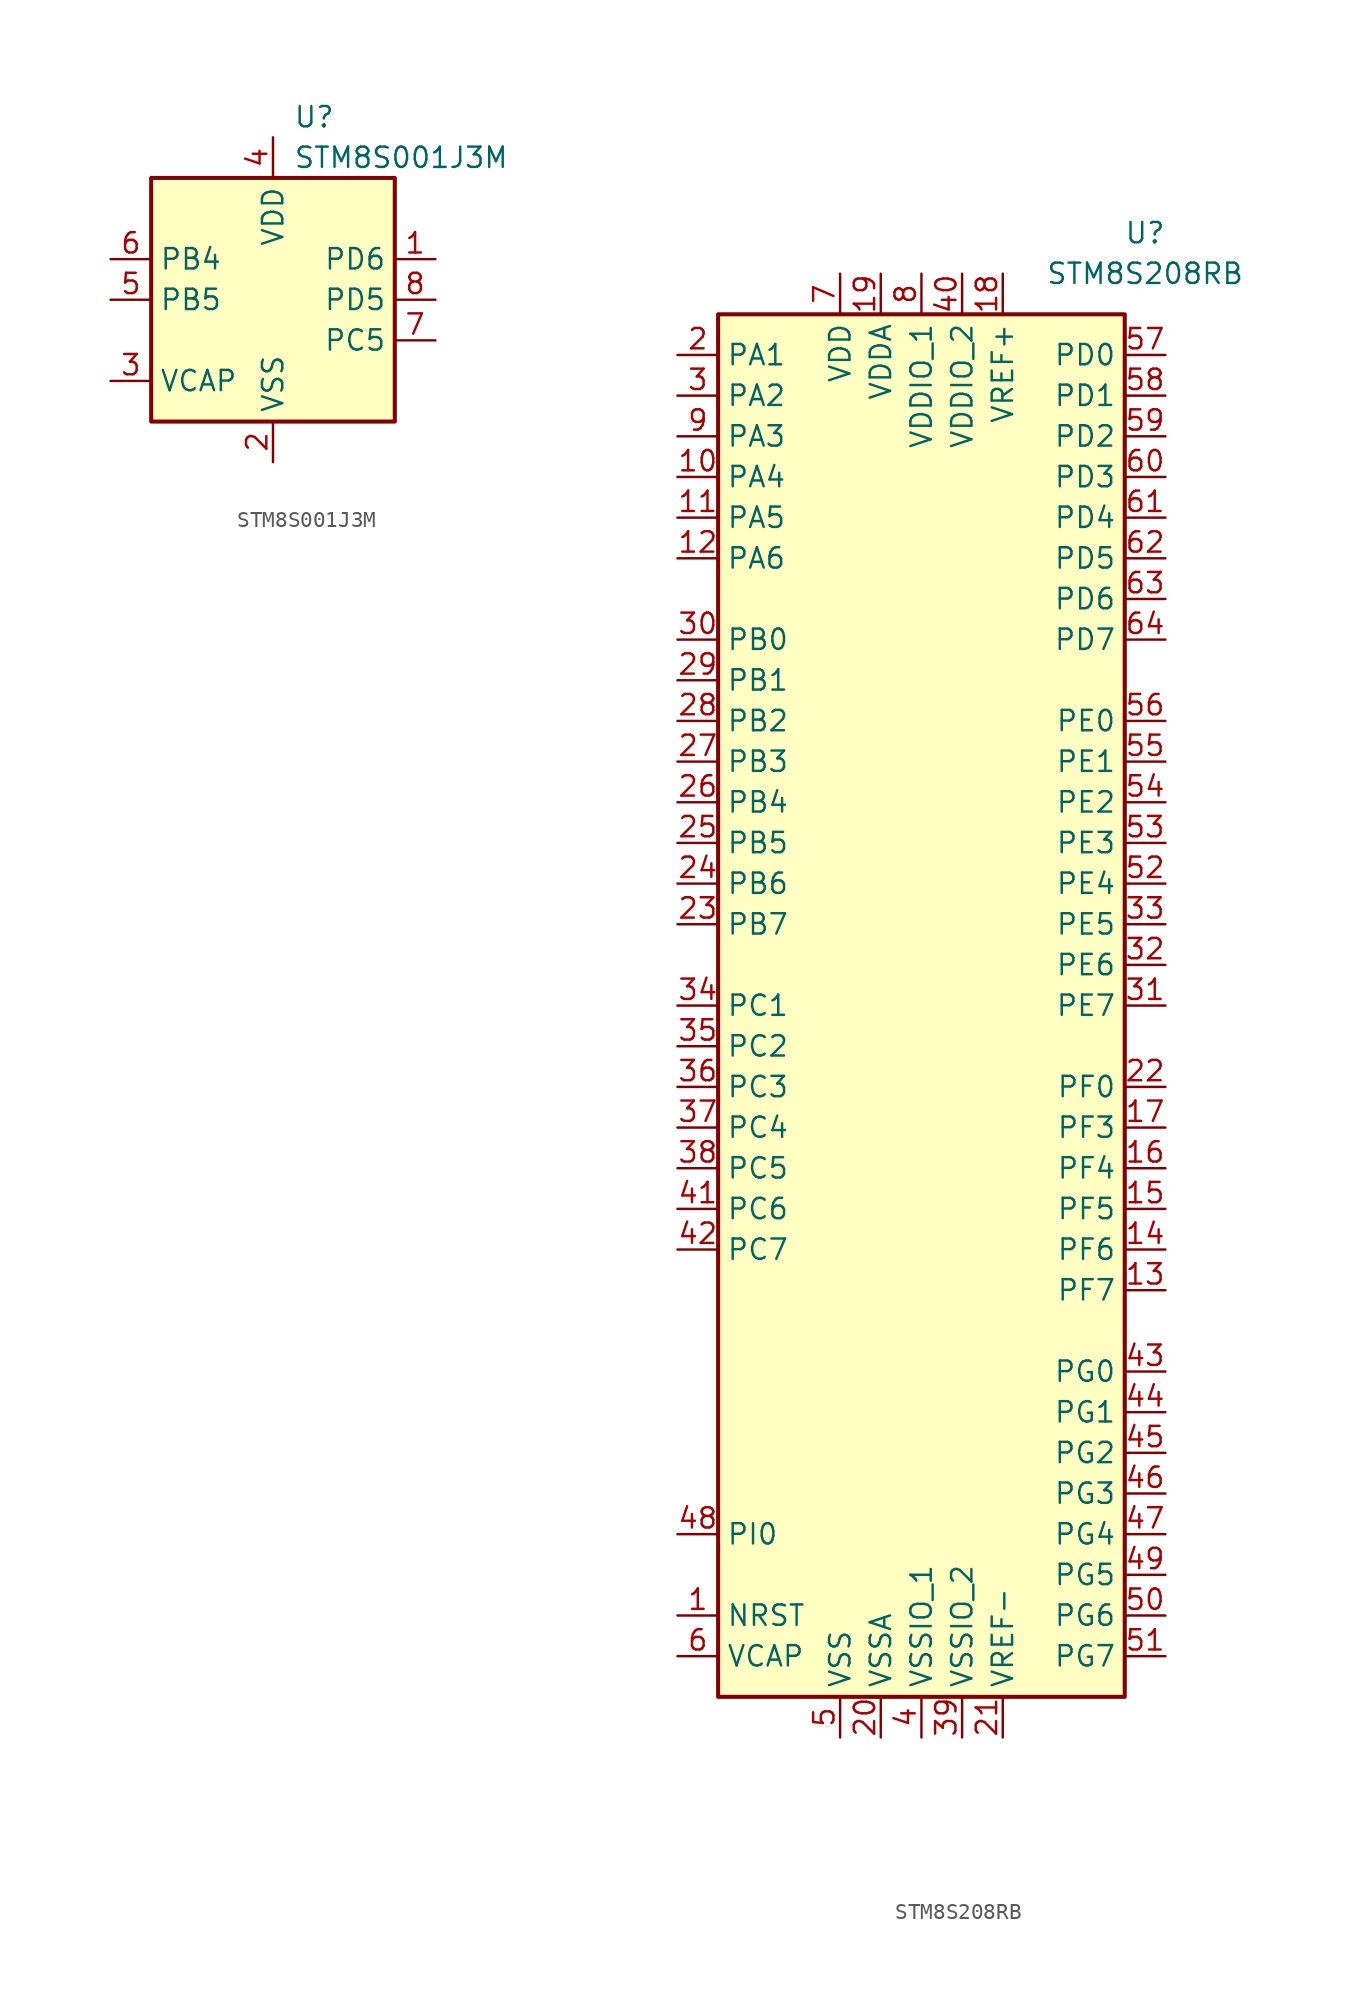
<source format=kicad_sym>
(kicad_symbol_lib
  (version 20201005)
  (generator kicad_symbol_editor)
  (symbol "MCU_ST_STM8:STM8S001J3M"
    (property "Reference" "U"
      (at 1.27 11.43 0)
      (effects (font (size 1.27 1.27)) (justify left)))
    (property "Value" "STM8S001J3M"
      (at 1.27 8.89 0)
      (effects (font (size 1.27 1.27)) (justify left)))
    (symbol "STM8S001J3M_0_1"
      (rectangle (start -7.62 7.62) (end 7.62 -7.62) (stroke (width 0.254)) (fill (type background))))
    (symbol "STM8S001J3M_1_1"
      (pin bidirectional line (at 10.16 2.54 180) (length 2.54) (name "PD6" (effects (font (size 1.27 1.27)))) (number "1" (effects (font (size 1.27 1.27)))))
      (pin power_in line (at 0 -10.16 90) (length 2.54) (name "VSS" (effects (font (size 1.27 1.27)))) (number "2" (effects (font (size 1.27 1.27)))))
      (pin passive line (at -10.16 -5.08 0) (length 2.54) (name "VCAP" (effects (font (size 1.27 1.27)))) (number "3" (effects (font (size 1.27 1.27)))))
      (pin power_in line (at 0 10.16 270) (length 2.54) (name "VDD" (effects (font (size 1.27 1.27)))) (number "4" (effects (font (size 1.27 1.27)))))
      (pin bidirectional line (at -10.16 0 0) (length 2.54) (name "PB5" (effects (font (size 1.27 1.27)))) (number "5" (effects (font (size 1.27 1.27)))))
      (pin bidirectional line (at -10.16 2.54 0) (length 2.54) (name "PB4" (effects (font (size 1.27 1.27)))) (number "6" (effects (font (size 1.27 1.27)))))
      (pin bidirectional line (at 10.16 -2.54 180) (length 2.54) (name "PC5" (effects (font (size 1.27 1.27)))) (number "7" (effects (font (size 1.27 1.27)))))
      (pin bidirectional line (at 10.16 0 180) (length 2.54) (name "PD5" (effects (font (size 1.27 1.27)))) (number "8" (effects (font (size 1.27 1.27)))))))
  (symbol "MCU_ST_STM8:STM8S208RB"
    (property "Reference" "U"
      (at 13.97 48.26 0)
      (effects (font (size 1.27 1.27))))
    (property "Value" "STM8S208RB"
      (at 13.97 45.72 0)
      (effects (font (size 1.27 1.27))))
    (symbol "STM8S208RB_0_1"
      (rectangle (start 12.7 43.18) (end -12.7 -43.18) (stroke (width 0.254)) (fill (type background))))
    (symbol "STM8S208RB_1_1"
      (pin input line (at -15.24 -38.1 0) (length 2.54) (name "NRST" (effects (font (size 1.27 1.27)))) (number "1" (effects (font (size 1.27 1.27)))))
      (pin bidirectional line (at -15.24 33.02 0) (length 2.54) (name "PA4" (effects (font (size 1.27 1.27)))) (number "10" (effects (font (size 1.27 1.27)))))
      (pin bidirectional line (at -15.24 30.48 0) (length 2.54) (name "PA5" (effects (font (size 1.27 1.27)))) (number "11" (effects (font (size 1.27 1.27)))))
      (pin bidirectional line (at -15.24 27.94 0) (length 2.54) (name "PA6" (effects (font (size 1.27 1.27)))) (number "12" (effects (font (size 1.27 1.27)))))
      (pin bidirectional line (at 15.24 -17.78 180) (length 2.54) (name "PF7" (effects (font (size 1.27 1.27)))) (number "13" (effects (font (size 1.27 1.27)))))
      (pin bidirectional line (at 15.24 -15.24 180) (length 2.54) (name "PF6" (effects (font (size 1.27 1.27)))) (number "14" (effects (font (size 1.27 1.27)))))
      (pin bidirectional line (at 15.24 -12.7 180) (length 2.54) (name "PF5" (effects (font (size 1.27 1.27)))) (number "15" (effects (font (size 1.27 1.27)))))
      (pin bidirectional line (at 15.24 -10.16 180) (length 2.54) (name "PF4" (effects (font (size 1.27 1.27)))) (number "16" (effects (font (size 1.27 1.27)))))
      (pin bidirectional line (at 15.24 -7.62 180) (length 2.54) (name "PF3" (effects (font (size 1.27 1.27)))) (number "17" (effects (font (size 1.27 1.27)))))
      (pin power_in line (at 5.08 45.72 270) (length 2.54) (name "VREF+" (effects (font (size 1.27 1.27)))) (number "18" (effects (font (size 1.27 1.27)))))
      (pin power_in line (at -2.54 45.72 270) (length 2.54) (name "VDDA" (effects (font (size 1.27 1.27)))) (number "19" (effects (font (size 1.27 1.27)))))
      (pin bidirectional line (at -15.24 40.64 0) (length 2.54) (name "PA1" (effects (font (size 1.27 1.27)))) (number "2" (effects (font (size 1.27 1.27)))))
      (pin power_in line (at -2.54 -45.72 90) (length 2.54) (name "VSSA" (effects (font (size 1.27 1.27)))) (number "20" (effects (font (size 1.27 1.27)))))
      (pin power_in line (at 5.08 -45.72 90) (length 2.54) (name "VREF-" (effects (font (size 1.27 1.27)))) (number "21" (effects (font (size 1.27 1.27)))))
      (pin bidirectional line (at 15.24 -5.08 180) (length 2.54) (name "PF0" (effects (font (size 1.27 1.27)))) (number "22" (effects (font (size 1.27 1.27)))))
      (pin bidirectional line (at -15.24 5.08 0) (length 2.54) (name "PB7" (effects (font (size 1.27 1.27)))) (number "23" (effects (font (size 1.27 1.27)))))
      (pin bidirectional line (at -15.24 7.62 0) (length 2.54) (name "PB6" (effects (font (size 1.27 1.27)))) (number "24" (effects (font (size 1.27 1.27)))))
      (pin bidirectional line (at -15.24 10.16 0) (length 2.54) (name "PB5" (effects (font (size 1.27 1.27)))) (number "25" (effects (font (size 1.27 1.27)))))
      (pin bidirectional line (at -15.24 12.7 0) (length 2.54) (name "PB4" (effects (font (size 1.27 1.27)))) (number "26" (effects (font (size 1.27 1.27)))))
      (pin bidirectional line (at -15.24 15.24 0) (length 2.54) (name "PB3" (effects (font (size 1.27 1.27)))) (number "27" (effects (font (size 1.27 1.27)))))
      (pin bidirectional line (at -15.24 17.78 0) (length 2.54) (name "PB2" (effects (font (size 1.27 1.27)))) (number "28" (effects (font (size 1.27 1.27)))))
      (pin bidirectional line (at -15.24 20.32 0) (length 2.54) (name "PB1" (effects (font (size 1.27 1.27)))) (number "29" (effects (font (size 1.27 1.27)))))
      (pin bidirectional line (at -15.24 38.1 0) (length 2.54) (name "PA2" (effects (font (size 1.27 1.27)))) (number "3" (effects (font (size 1.27 1.27)))))
      (pin bidirectional line (at -15.24 22.86 0) (length 2.54) (name "PB0" (effects (font (size 1.27 1.27)))) (number "30" (effects (font (size 1.27 1.27)))))
      (pin bidirectional line (at 15.24 0 180) (length 2.54) (name "PE7" (effects (font (size 1.27 1.27)))) (number "31" (effects (font (size 1.27 1.27)))))
      (pin bidirectional line (at 15.24 2.54 180) (length 2.54) (name "PE6" (effects (font (size 1.27 1.27)))) (number "32" (effects (font (size 1.27 1.27)))))
      (pin bidirectional line (at 15.24 5.08 180) (length 2.54) (name "PE5" (effects (font (size 1.27 1.27)))) (number "33" (effects (font (size 1.27 1.27)))))
      (pin bidirectional line (at -15.24 0 0) (length 2.54) (name "PC1" (effects (font (size 1.27 1.27)))) (number "34" (effects (font (size 1.27 1.27)))))
      (pin bidirectional line (at -15.24 -2.54 0) (length 2.54) (name "PC2" (effects (font (size 1.27 1.27)))) (number "35" (effects (font (size 1.27 1.27)))))
      (pin bidirectional line (at -15.24 -5.08 0) (length 2.54) (name "PC3" (effects (font (size 1.27 1.27)))) (number "36" (effects (font (size 1.27 1.27)))))
      (pin bidirectional line (at -15.24 -7.62 0) (length 2.54) (name "PC4" (effects (font (size 1.27 1.27)))) (number "37" (effects (font (size 1.27 1.27)))))
      (pin bidirectional line (at -15.24 -10.16 0) (length 2.54) (name "PC5" (effects (font (size 1.27 1.27)))) (number "38" (effects (font (size 1.27 1.27)))))
      (pin power_in line (at 2.54 -45.72 90) (length 2.54) (name "VSSIO_2" (effects (font (size 1.27 1.27)))) (number "39" (effects (font (size 1.27 1.27)))))
      (pin power_in line (at 0 -45.72 90) (length 2.54) (name "VSSIO_1" (effects (font (size 1.27 1.27)))) (number "4" (effects (font (size 1.27 1.27)))))
      (pin power_in line (at 2.54 45.72 270) (length 2.54) (name "VDDIO_2" (effects (font (size 1.27 1.27)))) (number "40" (effects (font (size 1.27 1.27)))))
      (pin bidirectional line (at -15.24 -12.7 0) (length 2.54) (name "PC6" (effects (font (size 1.27 1.27)))) (number "41" (effects (font (size 1.27 1.27)))))
      (pin bidirectional line (at -15.24 -15.24 0) (length 2.54) (name "PC7" (effects (font (size 1.27 1.27)))) (number "42" (effects (font (size 1.27 1.27)))))
      (pin bidirectional line (at 15.24 -22.86 180) (length 2.54) (name "PG0" (effects (font (size 1.27 1.27)))) (number "43" (effects (font (size 1.27 1.27)))))
      (pin bidirectional line (at 15.24 -25.4 180) (length 2.54) (name "PG1" (effects (font (size 1.27 1.27)))) (number "44" (effects (font (size 1.27 1.27)))))
      (pin bidirectional line (at 15.24 -27.94 180) (length 2.54) (name "PG2" (effects (font (size 1.27 1.27)))) (number "45" (effects (font (size 1.27 1.27)))))
      (pin bidirectional line (at 15.24 -30.48 180) (length 2.54) (name "PG3" (effects (font (size 1.27 1.27)))) (number "46" (effects (font (size 1.27 1.27)))))
      (pin bidirectional line (at 15.24 -33.02 180) (length 2.54) (name "PG4" (effects (font (size 1.27 1.27)))) (number "47" (effects (font (size 1.27 1.27)))))
      (pin bidirectional line (at -15.24 -33.02 0) (length 2.54) (name "PI0" (effects (font (size 1.27 1.27)))) (number "48" (effects (font (size 1.27 1.27)))))
      (pin bidirectional line (at 15.24 -35.56 180) (length 2.54) (name "PG5" (effects (font (size 1.27 1.27)))) (number "49" (effects (font (size 1.27 1.27)))))
      (pin power_in line (at -5.08 -45.72 90) (length 2.54) (name "VSS" (effects (font (size 1.27 1.27)))) (number "5" (effects (font (size 1.27 1.27)))))
      (pin bidirectional line (at 15.24 -38.1 180) (length 2.54) (name "PG6" (effects (font (size 1.27 1.27)))) (number "50" (effects (font (size 1.27 1.27)))))
      (pin bidirectional line (at 15.24 -40.64 180) (length 2.54) (name "PG7" (effects (font (size 1.27 1.27)))) (number "51" (effects (font (size 1.27 1.27)))))
      (pin bidirectional line (at 15.24 7.62 180) (length 2.54) (name "PE4" (effects (font (size 1.27 1.27)))) (number "52" (effects (font (size 1.27 1.27)))))
      (pin bidirectional line (at 15.24 10.16 180) (length 2.54) (name "PE3" (effects (font (size 1.27 1.27)))) (number "53" (effects (font (size 1.27 1.27)))))
      (pin bidirectional line (at 15.24 12.7 180) (length 2.54) (name "PE2" (effects (font (size 1.27 1.27)))) (number "54" (effects (font (size 1.27 1.27)))))
      (pin bidirectional line (at 15.24 15.24 180) (length 2.54) (name "PE1" (effects (font (size 1.27 1.27)))) (number "55" (effects (font (size 1.27 1.27)))))
      (pin bidirectional line (at 15.24 17.78 180) (length 2.54) (name "PE0" (effects (font (size 1.27 1.27)))) (number "56" (effects (font (size 1.27 1.27)))))
      (pin bidirectional line (at 15.24 40.64 180) (length 2.54) (name "PD0" (effects (font (size 1.27 1.27)))) (number "57" (effects (font (size 1.27 1.27)))))
      (pin bidirectional line (at 15.24 38.1 180) (length 2.54) (name "PD1" (effects (font (size 1.27 1.27)))) (number "58" (effects (font (size 1.27 1.27)))))
      (pin bidirectional line (at 15.24 35.56 180) (length 2.54) (name "PD2" (effects (font (size 1.27 1.27)))) (number "59" (effects (font (size 1.27 1.27)))))
      (pin input line (at -15.24 -40.64 0) (length 2.54) (name "VCAP" (effects (font (size 1.27 1.27)))) (number "6" (effects (font (size 1.27 1.27)))))
      (pin bidirectional line (at 15.24 33.02 180) (length 2.54) (name "PD3" (effects (font (size 1.27 1.27)))) (number "60" (effects (font (size 1.27 1.27)))))
      (pin bidirectional line (at 15.24 30.48 180) (length 2.54) (name "PD4" (effects (font (size 1.27 1.27)))) (number "61" (effects (font (size 1.27 1.27)))))
      (pin bidirectional line (at 15.24 27.94 180) (length 2.54) (name "PD5" (effects (font (size 1.27 1.27)))) (number "62" (effects (font (size 1.27 1.27)))))
      (pin bidirectional line (at 15.24 25.4 180) (length 2.54) (name "PD6" (effects (font (size 1.27 1.27)))) (number "63" (effects (font (size 1.27 1.27)))))
      (pin bidirectional line (at 15.24 22.86 180) (length 2.54) (name "PD7" (effects (font (size 1.27 1.27)))) (number "64" (effects (font (size 1.27 1.27)))))
      (pin power_in line (at -5.08 45.72 270) (length 2.54) (name "VDD" (effects (font (size 1.27 1.27)))) (number "7" (effects (font (size 1.27 1.27)))))
      (pin power_in line (at 0 45.72 270) (length 2.54) (name "VDDIO_1" (effects (font (size 1.27 1.27)))) (number "8" (effects (font (size 1.27 1.27)))))
      (pin bidirectional line (at -15.24 35.56 0) (length 2.54) (name "PA3" (effects (font (size 1.27 1.27)))) (number "9" (effects (font (size 1.27 1.27))))))))
</source>
